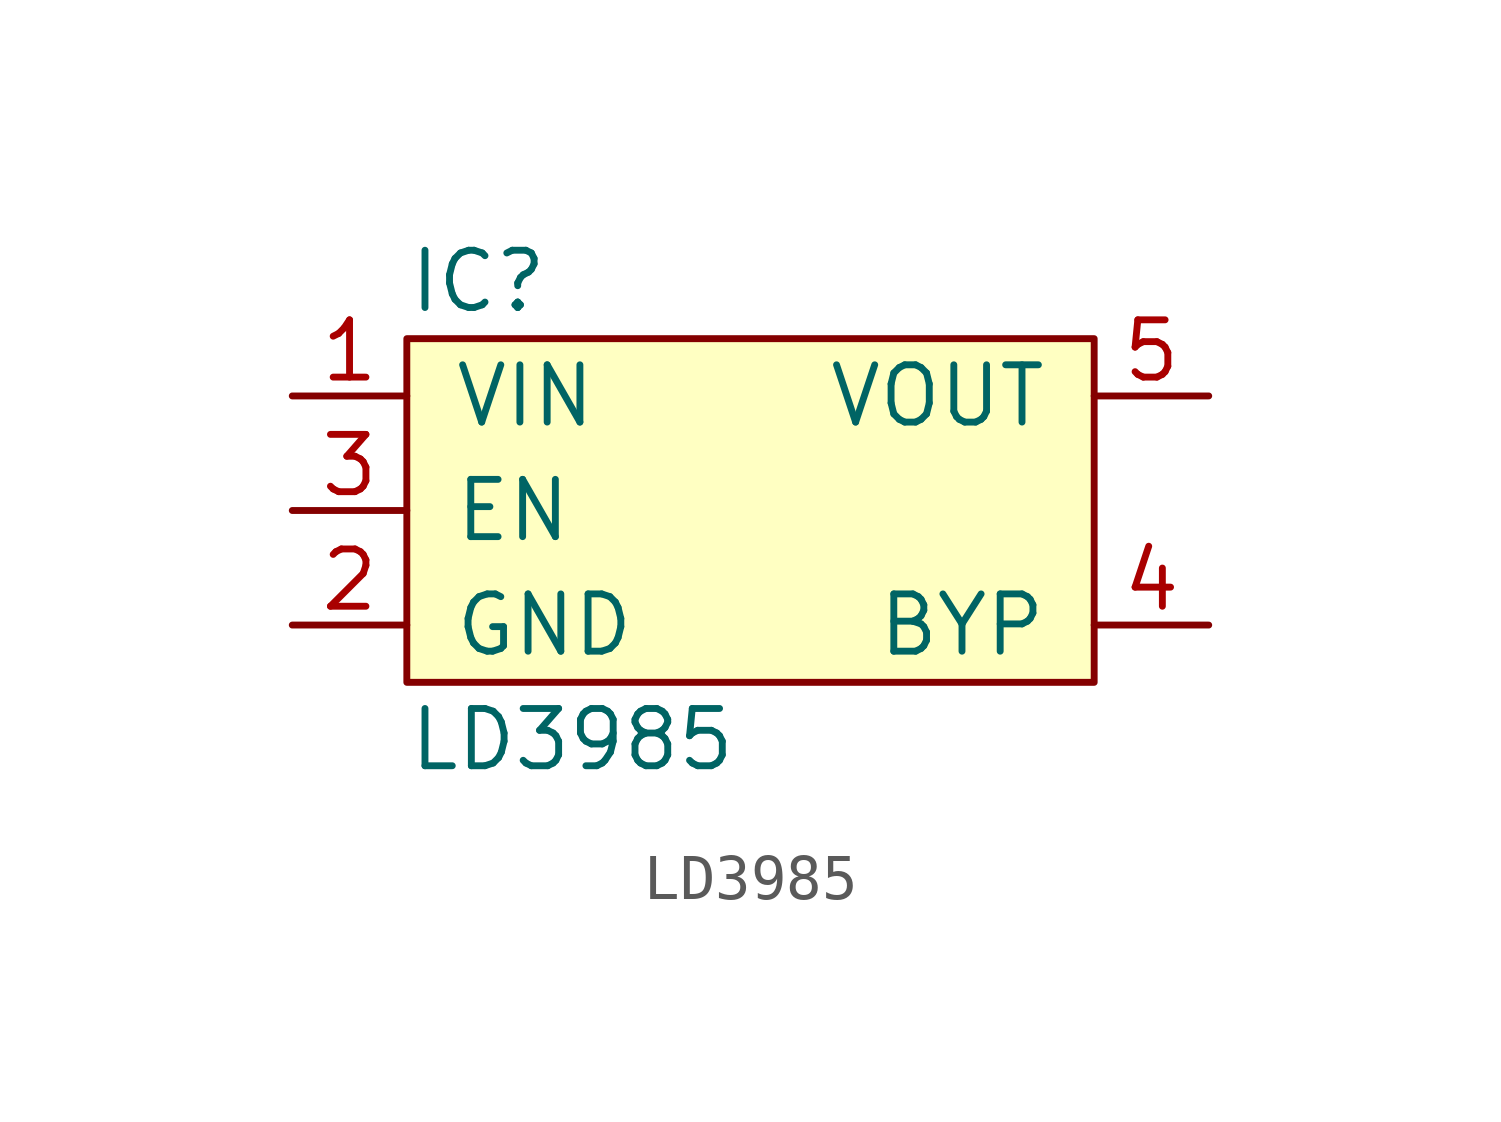
<source format=kicad_sym>
(kicad_symbol_lib
  (version 20211014)
  (generator agg_kicad.build_lib_ic)
  (symbol "LD3985"
    (pin_names
      (offset 1.016))
    (property Reference IC
      (at -7.62 5.08 0)
      (effects (font (size 1.27 1.27)) (justify left)))
    (property Value "LD3985"
      (at -7.62 -5.08 0)
      (effects (font (size 1.27 1.27)) (justify left)))
    (symbol "LD3985_0_0"
      (rectangle (start -7.62 3.81) (end 7.62 -3.81) (stroke (width 0) (type default) (color 0 0 0 0)) (fill (type background)))
      (pin power_in line (at -10.16 2.54 0) (length 2.54) (name VIN (effects (font (size 1.27 1.27)))) (number "1" (effects (font (size 1.27 1.27)))))
      (pin input line (at -10.16 0 0) (length 2.54) (name EN (effects (font (size 1.27 1.27)))) (number "3" (effects (font (size 1.27 1.27)))))
      (pin power_in line (at -10.16 -2.54 0) (length 2.54) (name GND (effects (font (size 1.27 1.27)))) (number "2" (effects (font (size 1.27 1.27)))))
      (pin power_out line (at 10.16 2.54 180) (length 2.54) (name VOUT (effects (font (size 1.27 1.27)))) (number "5" (effects (font (size 1.27 1.27)))))
      (pin passive line (at 10.16 -2.54 180) (length 2.54) (name BYP (effects (font (size 1.27 1.27)))) (number "4" (effects (font (size 1.27 1.27))))))))
</source>
